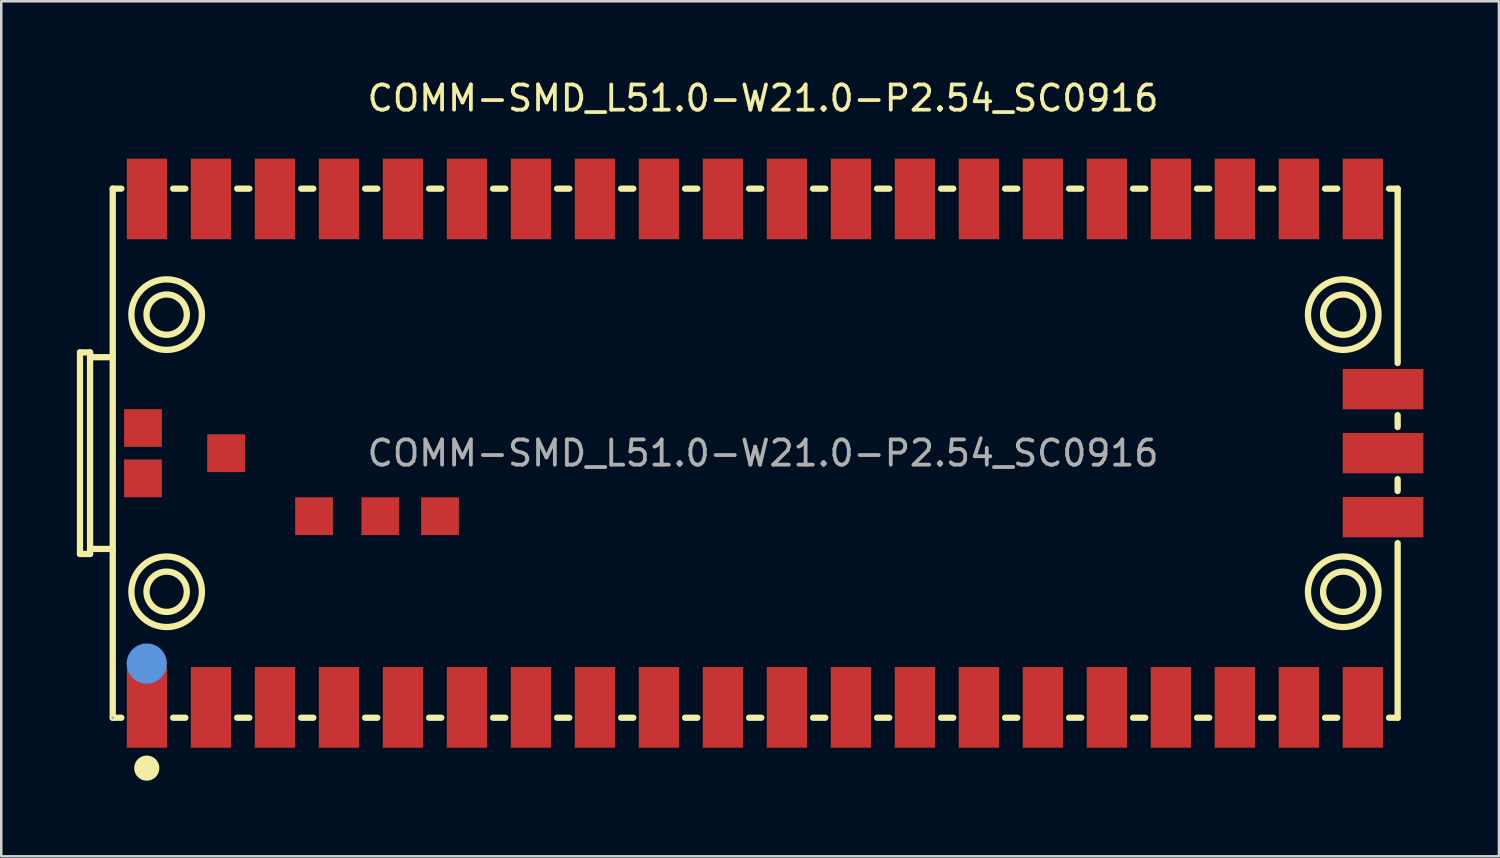
<source format=kicad_pcb>
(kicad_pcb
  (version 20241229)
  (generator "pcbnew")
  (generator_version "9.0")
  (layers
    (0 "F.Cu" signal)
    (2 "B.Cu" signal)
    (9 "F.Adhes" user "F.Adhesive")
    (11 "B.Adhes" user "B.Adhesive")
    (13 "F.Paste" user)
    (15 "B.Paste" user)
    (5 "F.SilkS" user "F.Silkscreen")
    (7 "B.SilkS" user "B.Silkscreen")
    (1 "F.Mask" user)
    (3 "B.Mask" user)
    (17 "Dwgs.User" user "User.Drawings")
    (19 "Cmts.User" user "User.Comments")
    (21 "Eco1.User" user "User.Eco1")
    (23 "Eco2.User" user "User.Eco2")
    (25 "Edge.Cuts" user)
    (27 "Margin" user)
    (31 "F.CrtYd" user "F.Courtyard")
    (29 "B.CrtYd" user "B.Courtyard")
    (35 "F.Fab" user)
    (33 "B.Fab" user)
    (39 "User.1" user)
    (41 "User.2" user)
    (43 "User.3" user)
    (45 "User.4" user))
  (footprint "COMM-SMD_L51.0-W21.0-P2.54_SC0916"
    (layer "F.Cu")
    (at 27.235 14.938)
    (property "Reference" "COMM-SMD_L51.0-W21.0-P2.54_SC0916" (at 0 -14.09 0) (layer "F.SilkS") (effects (font (size 1 1) (thickness 0.15))))
    (attr smd)
    (fp_line (start -27.11 -4) (end -27.11 4) (stroke (width 0.25) (type solid)) (layer "F.SilkS"))
    (fp_line (start -27.11 -4) (end -26.71 -4) (stroke (width 0.25) (type solid)) (layer "F.SilkS"))
    (fp_line (start -26.71 -4) (end -26.71 4) (stroke (width 0.25) (type solid)) (layer "F.SilkS"))
    (fp_line (start -26.71 -3.81) (end -25.81 -3.81) (stroke (width 0.25) (type solid)) (layer "F.SilkS"))
    (fp_line (start -26.71 3.8) (end -25.84 3.8) (stroke (width 0.25) (type solid)) (layer "F.SilkS"))
    (fp_line (start -26.71 4) (end -27.11 4) (stroke (width 0.25) (type solid)) (layer "F.SilkS"))
    (fp_line (start -25.84 3.8) (end -25.81 3.83) (stroke (width 0.25) (type solid)) (layer "F.SilkS"))
    (fp_line (start -25.81 -10.5) (end -25.81 10.5) (stroke (width 0.25) (type solid)) (layer "F.SilkS"))
    (fp_line (start -25.81 10.5) (end -25.47 10.5) (stroke (width 0.25) (type solid)) (layer "F.SilkS"))
    (fp_line (start -25.47 -10.5) (end -25.81 -10.5) (stroke (width 0.25) (type solid)) (layer "F.SilkS"))
    (fp_line (start -23.41 10.5) (end -22.93 10.5) (stroke (width 0.25) (type solid)) (layer "F.SilkS"))
    (fp_line (start -22.93 -10.5) (end -23.41 -10.5) (stroke (width 0.25) (type solid)) (layer "F.SilkS"))
    (fp_line (start -20.87 10.5) (end -20.39 10.5) (stroke (width 0.25) (type solid)) (layer "F.SilkS"))
    (fp_line (start -20.39 -10.5) (end -20.87 -10.5) (stroke (width 0.25) (type solid)) (layer "F.SilkS"))
    (fp_line (start -18.33 10.5) (end -17.85 10.5) (stroke (width 0.25) (type solid)) (layer "F.SilkS"))
    (fp_line (start -17.85 -10.5) (end -18.33 -10.5) (stroke (width 0.25) (type solid)) (layer "F.SilkS"))
    (fp_line (start -15.79 10.5) (end -15.31 10.5) (stroke (width 0.25) (type solid)) (layer "F.SilkS"))
    (fp_line (start -15.31 -10.5) (end -15.79 -10.5) (stroke (width 0.25) (type solid)) (layer "F.SilkS"))
    (fp_line (start -13.25 10.5) (end -12.77 10.5) (stroke (width 0.25) (type solid)) (layer "F.SilkS"))
    (fp_line (start -12.77 -10.5) (end -13.25 -10.5) (stroke (width 0.25) (type solid)) (layer "F.SilkS"))
    (fp_line (start -10.71 10.5) (end -10.23 10.5) (stroke (width 0.25) (type solid)) (layer "F.SilkS"))
    (fp_line (start -10.23 -10.5) (end -10.71 -10.5) (stroke (width 0.25) (type solid)) (layer "F.SilkS"))
    (fp_line (start -8.17 10.5) (end -7.69 10.5) (stroke (width 0.25) (type solid)) (layer "F.SilkS"))
    (fp_line (start -7.69 -10.5) (end -8.17 -10.5) (stroke (width 0.25) (type solid)) (layer "F.SilkS"))
    (fp_line (start -5.63 10.5) (end -5.15 10.5) (stroke (width 0.25) (type solid)) (layer "F.SilkS"))
    (fp_line (start -5.15 -10.5) (end -5.63 -10.5) (stroke (width 0.25) (type solid)) (layer "F.SilkS"))
    (fp_line (start -3.09 10.5) (end -2.61 10.5) (stroke (width 0.25) (type solid)) (layer "F.SilkS"))
    (fp_line (start -2.61 -10.5) (end -3.09 -10.5) (stroke (width 0.25) (type solid)) (layer "F.SilkS"))
    (fp_line (start -0.55 10.5) (end -0.07 10.5) (stroke (width 0.25) (type solid)) (layer "F.SilkS"))
    (fp_line (start -0.07 -10.5) (end -0.55 -10.5) (stroke (width 0.25) (type solid)) (layer "F.SilkS"))
    (fp_line (start 1.99 10.5) (end 2.47 10.5) (stroke (width 0.25) (type solid)) (layer "F.SilkS"))
    (fp_line (start 2.47 -10.5) (end 1.99 -10.5) (stroke (width 0.25) (type solid)) (layer "F.SilkS"))
    (fp_line (start 4.53 10.5) (end 5.01 10.5) (stroke (width 0.25) (type solid)) (layer "F.SilkS"))
    (fp_line (start 5.01 -10.5) (end 4.53 -10.5) (stroke (width 0.25) (type solid)) (layer "F.SilkS"))
    (fp_line (start 7.07 10.5) (end 7.55 10.5) (stroke (width 0.25) (type solid)) (layer "F.SilkS"))
    (fp_line (start 7.55 -10.5) (end 7.07 -10.5) (stroke (width 0.25) (type solid)) (layer "F.SilkS"))
    (fp_line (start 9.61 10.5) (end 10.09 10.5) (stroke (width 0.25) (type solid)) (layer "F.SilkS"))
    (fp_line (start 10.09 -10.5) (end 9.61 -10.5) (stroke (width 0.25) (type solid)) (layer "F.SilkS"))
    (fp_line (start 12.15 10.5) (end 12.63 10.5) (stroke (width 0.25) (type solid)) (layer "F.SilkS"))
    (fp_line (start 12.63 -10.5) (end 12.15 -10.5) (stroke (width 0.25) (type solid)) (layer "F.SilkS"))
    (fp_line (start 14.69 10.5) (end 15.17 10.5) (stroke (width 0.25) (type solid)) (layer "F.SilkS"))
    (fp_line (start 15.17 -10.5) (end 14.69 -10.5) (stroke (width 0.25) (type solid)) (layer "F.SilkS"))
    (fp_line (start 17.23 10.5) (end 17.71 10.5) (stroke (width 0.25) (type solid)) (layer "F.SilkS"))
    (fp_line (start 17.71 -10.5) (end 17.23 -10.5) (stroke (width 0.25) (type solid)) (layer "F.SilkS"))
    (fp_line (start 19.77 10.5) (end 20.25 10.5) (stroke (width 0.25) (type solid)) (layer "F.SilkS"))
    (fp_line (start 20.25 -10.5) (end 19.77 -10.5) (stroke (width 0.25) (type solid)) (layer "F.SilkS"))
    (fp_line (start 22.31 10.5) (end 22.79 10.5) (stroke (width 0.25) (type solid)) (layer "F.SilkS"))
    (fp_line (start 22.79 -10.5) (end 22.31 -10.5) (stroke (width 0.25) (type solid)) (layer "F.SilkS"))
    (fp_line (start 24.85 10.5) (end 25.19 10.5) (stroke (width 0.25) (type solid)) (layer "F.SilkS"))
    (fp_line (start 25.19 -10.5) (end 24.85 -10.5) (stroke (width 0.25) (type solid)) (layer "F.SilkS"))
    (fp_line (start 25.19 -3.58) (end 25.19 -10.5) (stroke (width 0.25) (type solid)) (layer "F.SilkS"))
    (fp_line (start 25.19 -1.04) (end 25.19 -1.51) (stroke (width 0.25) (type solid)) (layer "F.SilkS"))
    (fp_line (start 25.19 1.5) (end 25.19 1.03) (stroke (width 0.25) (type solid)) (layer "F.SilkS"))
    (fp_line (start 25.19 10.5) (end 25.19 3.57) (stroke (width 0.25) (type solid)) (layer "F.SilkS"))
    (fp_circle (center -24.46 12.5) (end -24.21 12.5) (stroke (width 0.5) (type solid)) (fill no) (layer "F.SilkS"))
    (fp_circle (center -23.67 -5.5) (end -22.87 -5.5) (stroke (width 0.25) (type solid)) (fill no) (layer "F.SilkS"))
    (fp_circle (center -23.67 -5.5) (end -22.27 -5.5) (stroke (width 0.25) (type solid)) (fill no) (layer "F.SilkS"))
    (fp_circle (center -23.67 5.5) (end -22.87 5.5) (stroke (width 0.25) (type solid)) (fill no) (layer "F.SilkS"))
    (fp_circle (center -23.67 5.5) (end -22.27 5.5) (stroke (width 0.25) (type solid)) (fill no) (layer "F.SilkS"))
    (fp_circle (center 23.03 -5.5) (end 23.83 -5.5) (stroke (width 0.25) (type solid)) (fill no) (layer "F.SilkS"))
    (fp_circle (center 23.03 -5.5) (end 24.43 -5.5) (stroke (width 0.25) (type solid)) (fill no) (layer "F.SilkS"))
    (fp_circle (center 23.03 5.5) (end 23.83 5.5) (stroke (width 0.25) (type solid)) (fill no) (layer "F.SilkS"))
    (fp_circle (center 23.03 5.5) (end 24.43 5.5) (stroke (width 0.25) (type solid)) (fill no) (layer "F.SilkS"))
    (fp_circle (center -24.46 8.35) (end -24.06 8.35) (stroke (width 0.8) (type solid)) (fill no) (layer "Cmts.User"))
    (fp_circle (center -25.81 10.5) (end -25.78 10.5) (stroke (width 0.06) (type solid)) (fill no) (layer "F.Fab"))
    (fp_text user "${REFERENCE}" (at 0 0 0) (layer "F.Fab") (effects (font (size 1 1) (thickness 0.15))))
    (pad "1" smd rect (at -24.45 10.09) (size 1.6 3.2) (layers "F.Cu" "F.Mask" "F.Paste"))
    (pad "2" smd rect (at -21.91 10.09) (size 1.6 3.2) (layers "F.Cu" "F.Mask" "F.Paste"))
    (pad "3" smd rect (at -19.37 10.09) (size 1.6 3.2) (layers "F.Cu" "F.Mask" "F.Paste"))
    (pad "4" smd rect (at -16.83 10.09) (size 1.6 3.2) (layers "F.Cu" "F.Mask" "F.Paste"))
    (pad "5" smd rect (at -14.29 10.09) (size 1.6 3.2) (layers "F.Cu" "F.Mask" "F.Paste"))
    (pad "6" smd rect (at -11.75 10.09) (size 1.6 3.2) (layers "F.Cu" "F.Mask" "F.Paste"))
    (pad "7" smd rect (at -9.21 10.09) (size 1.6 3.2) (layers "F.Cu" "F.Mask" "F.Paste"))
    (pad "8" smd rect (at -6.67 10.09) (size 1.6 3.2) (layers "F.Cu" "F.Mask" "F.Paste"))
    (pad "9" smd rect (at -4.13 10.09) (size 1.6 3.2) (layers "F.Cu" "F.Mask" "F.Paste"))
    (pad "10" smd rect (at -1.59 10.09) (size 1.6 3.2) (layers "F.Cu" "F.Mask" "F.Paste"))
    (pad "11" smd rect (at 0.95 10.09) (size 1.6 3.2) (layers "F.Cu" "F.Mask" "F.Paste"))
    (pad "12" smd rect (at 3.49 10.09) (size 1.6 3.2) (layers "F.Cu" "F.Mask" "F.Paste"))
    (pad "13" smd rect (at 6.03 10.09) (size 1.6 3.2) (layers "F.Cu" "F.Mask" "F.Paste"))
    (pad "14" smd rect (at 8.57 10.09) (size 1.6 3.2) (layers "F.Cu" "F.Mask" "F.Paste"))
    (pad "15" smd rect (at 11.11 10.09) (size 1.6 3.2) (layers "F.Cu" "F.Mask" "F.Paste"))
    (pad "16" smd rect (at 13.65 10.09) (size 1.6 3.2) (layers "F.Cu" "F.Mask" "F.Paste"))
    (pad "17" smd rect (at 16.19 10.09) (size 1.6 3.2) (layers "F.Cu" "F.Mask" "F.Paste"))
    (pad "18" smd rect (at 18.73 10.09) (size 1.6 3.2) (layers "F.Cu" "F.Mask" "F.Paste"))
    (pad "19" smd rect (at 21.27 10.09) (size 1.6 3.2) (layers "F.Cu" "F.Mask" "F.Paste"))
    (pad "20" smd rect (at 23.81 10.09) (size 1.6 3.2) (layers "F.Cu" "F.Mask" "F.Paste"))
    (pad "21" smd rect (at 23.81 -10.09) (size 1.6 3.2) (layers "F.Cu" "F.Mask" "F.Paste"))
    (pad "22" smd rect (at 21.27 -10.09) (size 1.6 3.2) (layers "F.Cu" "F.Mask" "F.Paste"))
    (pad "23" smd rect (at 18.73 -10.09) (size 1.6 3.2) (layers "F.Cu" "F.Mask" "F.Paste"))
    (pad "24" smd rect (at 16.19 -10.09) (size 1.6 3.2) (layers "F.Cu" "F.Mask" "F.Paste"))
    (pad "25" smd rect (at 13.65 -10.09) (size 1.6 3.2) (layers "F.Cu" "F.Mask" "F.Paste"))
    (pad "26" smd rect (at 11.11 -10.09) (size 1.6 3.2) (layers "F.Cu" "F.Mask" "F.Paste"))
    (pad "27" smd rect (at 8.57 -10.09) (size 1.6 3.2) (layers "F.Cu" "F.Mask" "F.Paste"))
    (pad "28" smd rect (at 6.03 -10.09) (size 1.6 3.2) (layers "F.Cu" "F.Mask" "F.Paste"))
    (pad "29" smd rect (at 3.49 -10.09) (size 1.6 3.2) (layers "F.Cu" "F.Mask" "F.Paste"))
    (pad "30" smd rect (at 0.95 -10.09) (size 1.6 3.2) (layers "F.Cu" "F.Mask" "F.Paste"))
    (pad "31" smd rect (at -1.59 -10.09) (size 1.6 3.2) (layers "F.Cu" "F.Mask" "F.Paste"))
    (pad "32" smd rect (at -4.13 -10.09) (size 1.6 3.2) (layers "F.Cu" "F.Mask" "F.Paste"))
    (pad "33" smd rect (at -6.67 -10.09) (size 1.6 3.2) (layers "F.Cu" "F.Mask" "F.Paste"))
    (pad "34" smd rect (at -9.21 -10.09) (size 1.6 3.2) (layers "F.Cu" "F.Mask" "F.Paste"))
    (pad "35" smd rect (at -11.75 -10.09) (size 1.6 3.2) (layers "F.Cu" "F.Mask" "F.Paste"))
    (pad "36" smd rect (at -14.29 -10.09) (size 1.6 3.2) (layers "F.Cu" "F.Mask" "F.Paste"))
    (pad "37" smd rect (at -16.83 -10.09) (size 1.6 3.2) (layers "F.Cu" "F.Mask" "F.Paste"))
    (pad "38" smd rect (at -19.37 -10.09) (size 1.6 3.2) (layers "F.Cu" "F.Mask" "F.Paste"))
    (pad "39" smd rect (at -21.91 -10.09) (size 1.6 3.2) (layers "F.Cu" "F.Mask" "F.Paste"))
    (pad "40" smd rect (at -24.45 -10.09) (size 1.6 3.2) (layers "F.Cu" "F.Mask" "F.Paste"))
    (pad "41" smd rect (at 24.61 2.54 90) (size 1.6 3.2) (layers "F.Cu" "F.Mask" "F.Paste"))
    (pad "42" smd rect (at 24.61 0 90) (size 1.6 3.2) (layers "F.Cu" "F.Mask" "F.Paste"))
    (pad "43" smd rect (at 24.61 -2.54 90) (size 1.6 3.2) (layers "F.Cu" "F.Mask" "F.Paste"))
    (pad "TP1" smd rect (at -21.31 0) (size 1.5 1.5) (layers "F.Cu" "F.Mask" "F.Paste"))
    (pad "TP2" smd rect (at -24.61 -1) (size 1.5 1.5) (layers "F.Cu" "F.Mask" "F.Paste"))
    (pad "TP3" smd rect (at -24.61 1) (size 1.5 1.5) (layers "F.Cu" "F.Mask" "F.Paste"))
    (pad "TP4" smd rect (at -17.82 2.5) (size 1.5 1.5) (layers "F.Cu" "F.Mask" "F.Paste"))
    (pad "TP5" smd rect (at -15.19 2.5) (size 1.5 1.5) (layers "F.Cu" "F.Mask" "F.Paste"))
    (pad "TP6" smd rect (at -12.82 2.5) (size 1.5 1.5) (layers "F.Cu" "F.Mask" "F.Paste")))
  (gr_rect
    (start -3 -3)
    (end 56.445 30.938)
    (stroke (width 0.1) (type default))
    (fill no)
    (layer "Edge.Cuts")))
</source>
